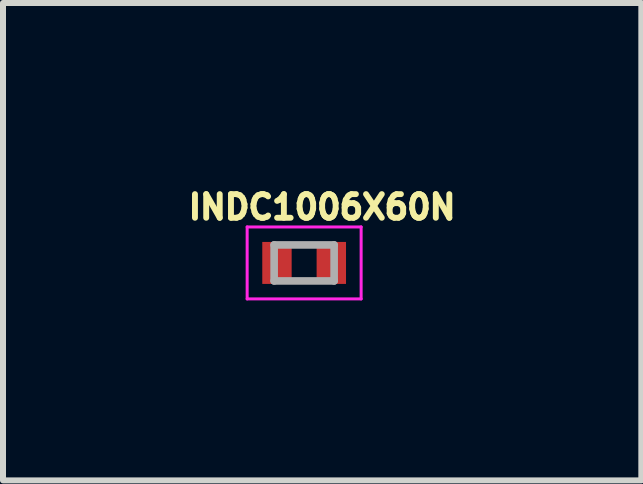
<source format=kicad_pcb>
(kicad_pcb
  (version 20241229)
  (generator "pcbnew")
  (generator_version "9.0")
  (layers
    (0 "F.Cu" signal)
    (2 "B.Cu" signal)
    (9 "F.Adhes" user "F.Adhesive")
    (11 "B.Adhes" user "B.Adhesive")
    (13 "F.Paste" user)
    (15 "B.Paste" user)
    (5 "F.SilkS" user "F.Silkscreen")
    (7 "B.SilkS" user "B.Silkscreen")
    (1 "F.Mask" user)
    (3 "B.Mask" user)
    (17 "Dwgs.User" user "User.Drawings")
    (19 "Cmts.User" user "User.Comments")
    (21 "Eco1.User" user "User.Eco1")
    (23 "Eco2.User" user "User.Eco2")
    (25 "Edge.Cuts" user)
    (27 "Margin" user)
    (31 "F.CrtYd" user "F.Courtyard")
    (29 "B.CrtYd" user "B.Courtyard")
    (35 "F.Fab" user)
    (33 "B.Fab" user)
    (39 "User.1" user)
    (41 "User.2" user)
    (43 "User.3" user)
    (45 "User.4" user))
  (footprint "INDC1006X60N"
    (layer "F.Cu")
    (at 2.02 1.333)
    (property "Reference" "INDC1006X60N" (at 0.3 -0.93 0) (layer "F.SilkS") (effects (font (size 0.394 0.394) (thickness 0.15))))
    (attr smd)
    (fp_line (start -0.95 -0.6) (end 0.95 -0.6) (stroke (width 0.05) (type solid)) (layer "F.CrtYd"))
    (fp_line (start -0.95 0.6) (end -0.95 -0.6) (stroke (width 0.05) (type solid)) (layer "F.CrtYd"))
    (fp_line (start -0.95 0.6) (end 0.95 0.6) (stroke (width 0.05) (type solid)) (layer "F.CrtYd"))
    (fp_line (start 0.95 0.6) (end 0.95 -0.6) (stroke (width 0.05) (type solid)) (layer "F.CrtYd"))
    (fp_line (start -0.5 0.3) (end -0.5 -0.3) (stroke (width 0.127) (type solid)) (layer "F.Fab"))
    (fp_line (start 0.5 -0.3) (end -0.5 -0.3) (stroke (width 0.127) (type solid)) (layer "F.Fab"))
    (fp_line (start 0.5 0.3) (end -0.5 0.3) (stroke (width 0.127) (type solid)) (layer "F.Fab"))
    (fp_line (start 0.5 0.3) (end 0.5 -0.3) (stroke (width 0.127) (type solid)) (layer "F.Fab"))
    (pad "1" smd rect (at -0.453 0) (size 0.49 0.7) (layers "F.Cu" "F.Mask" "F.Paste"))
    (pad "2" smd rect (at 0.453 0) (size 0.49 0.7) (layers "F.Cu" "F.Mask" "F.Paste")))
  (gr_rect
    (start -3 -3)
    (end 7.641 4.958)
    (stroke (width 0.1) (type default))
    (fill no)
    (layer "Edge.Cuts")))
</source>
